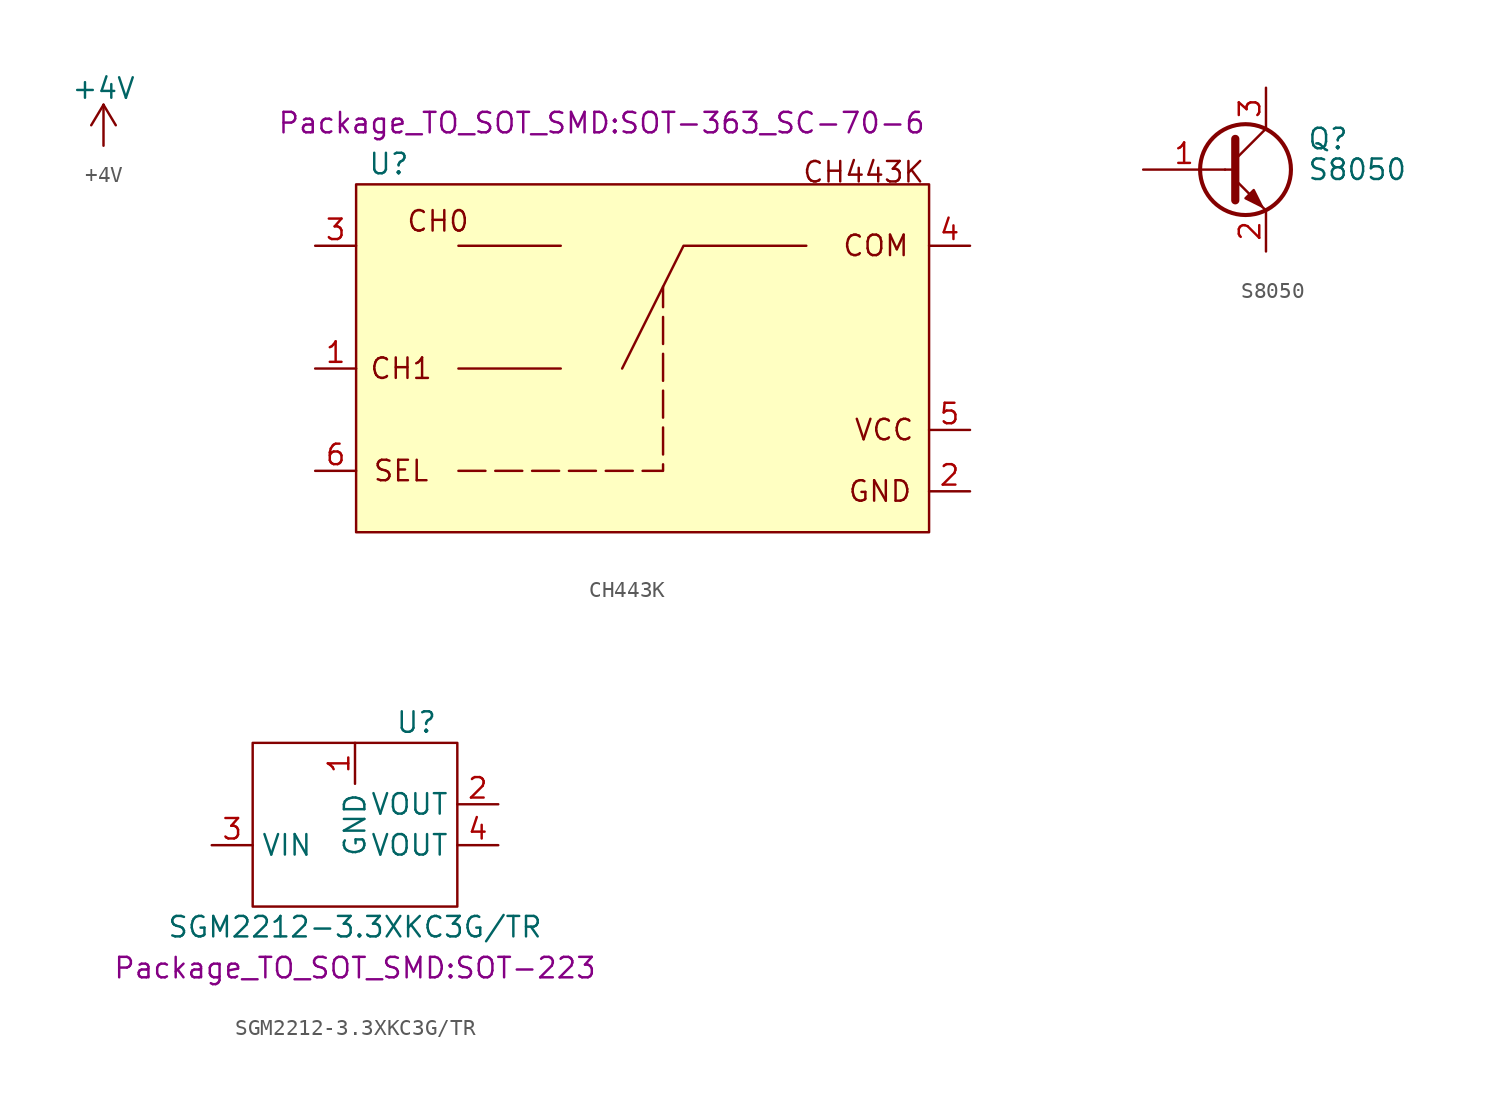
<source format=kicad_sym>
(kicad_symbol_lib
  (version 20231120)
  (generator "kicad_symbol_editor")
  (generator_version "8.0")
  (symbol "+4V"
    (power)
    (pin_names
      (offset 0))
    (property "Reference" "#PWR"
      (at 0 -3.81 0)
      (effects (font (size 1.27 1.27)) (hide yes)))
    (property "Value" "+4V"
      (at 0 3.556 0)
      (effects (font (size 1.27 1.27))))
    (symbol "+4V_0_1"
      (polyline (pts (xy -0.762 1.27) (xy 0 2.54)) (stroke (width 0) (type default)) (fill (type none)))
      (polyline (pts (xy 0 0) (xy 0 2.54)) (stroke (width 0) (type default)) (fill (type none)))
      (polyline (pts (xy 0 2.54) (xy 0.762 1.27)) (stroke (width 0) (type default)) (fill (type none))))
    (symbol "+4V_1_1"
      (pin power_in line (at 0 0 90) (length 0) hide (name "+4V" (effects (font (size 1.27 1.27)))) (number "1" (effects (font (size 1.27 1.27)))))))
  (symbol "CH443K"
    (property "Reference" "U"
      (at -13.208 -2.54 0)
      (effects (font (size 1.27 1.27))))
    (property "Value" ""
      (at 0 0 0)
      (effects (font (size 1.27 1.27))))
    (property "Footprint" "Package_TO_SOT_SMD:SOT-363_SC-70-6"
      (at 0 0 0)
      (effects (font (size 1.27 1.27))))
    (symbol "CH443K_1_1"
      (rectangle (start -15.24 -3.81) (end 20.32 -25.4) (stroke (width 0) (type default)) (fill (type background)))
      (polyline (pts (xy -8.89 -15.24) (xy -2.54 -15.24)) (stroke (width 0) (type default)) (fill (type none)))
      (polyline (pts (xy -8.89 -7.62) (xy -2.54 -7.62)) (stroke (width 0) (type default)) (fill (type none)))
      (polyline (pts (xy -8.89 -21.59) (xy 3.81 -21.59) (xy 3.81 -10.16)) (stroke (width 0) (type dash)) (fill (type none)))
      (polyline (pts (xy 1.27 -15.24) (xy 5.08 -7.62) (xy 12.7 -7.62)) (stroke (width 0) (type default)) (fill (type none)))
      (text "CH0" (at -10.16 -6.096 0) (effects (font (size 1.27 1.27))))
      (text "CH1" (at -12.446 -15.24 0) (effects (font (size 1.27 1.27))))
      (text "CH443K\n" (at 16.256 -3.048 0) (effects (font (size 1.27 1.27))))
      (text "COM" (at 17.018 -7.62 0) (effects (font (size 1.27 1.27))))
      (text "GND" (at 17.272 -22.86 0) (effects (font (size 1.27 1.27))))
      (text "SEL" (at -12.446 -21.59 0) (effects (font (size 1.27 1.27))))
      (text "VCC" (at 17.526 -19.05 0) (effects (font (size 1.27 1.27))))
      (pin unspecified line (at -17.78 -15.24 0) (length 2.54) (name "" (effects (font (size 1.27 1.27)))) (number "1" (effects (font (size 1.27 1.27)))))
      (pin unspecified line (at 22.86 -22.86 180) (length 2.54) (name "" (effects (font (size 1.27 1.27)))) (number "2" (effects (font (size 1.27 1.27)))))
      (pin unspecified line (at -17.78 -7.62 0) (length 2.54) (name "" (effects (font (size 1.27 1.27)))) (number "3" (effects (font (size 1.27 1.27)))))
      (pin unspecified line (at 22.86 -7.62 180) (length 2.54) (name "" (effects (font (size 1.27 1.27)))) (number "4" (effects (font (size 1.27 1.27)))))
      (pin unspecified line (at 22.86 -19.05 180) (length 2.54) (name "" (effects (font (size 1.27 1.27)))) (number "5" (effects (font (size 1.27 1.27)))))
      (pin unspecified line (at -17.78 -21.59 0) (length 2.54) (name "" (effects (font (size 1.27 1.27)))) (number "6" (effects (font (size 1.27 1.27)))))))
  (symbol "S8050"
    (pin_names
      (offset 0) hide)
    (property "Reference" "Q"
      (at 5.08 1.905 0)
      (effects (font (size 1.27 1.27)) (justify left)))
    (property "Value" "S8050"
      (at 5.08 0 0)
      (effects (font (size 1.27 1.27)) (justify left)))
    (symbol "S8050_0_1"
      (polyline (pts (xy 0 0) (xy 0.635 0)) (stroke (width 0) (type default)) (fill (type none)))
      (polyline (pts (xy 0.635 0.635) (xy 2.54 2.54)) (stroke (width 0) (type default)) (fill (type none)))
      (polyline (pts (xy 0.635 -0.635) (xy 2.54 -2.54) (xy 2.54 -2.54)) (stroke (width 0) (type default)) (fill (type none)))
      (polyline (pts (xy 0.635 1.905) (xy 0.635 -1.905) (xy 0.635 -1.905)) (stroke (width 0.508) (type default)) (fill (type none)))
      (polyline (pts (xy 1.27 -1.778) (xy 1.778 -1.27) (xy 2.286 -2.286) (xy 1.27 -1.778) (xy 1.27 -1.778)) (stroke (width 0) (type default)) (fill (type outline)))
      (circle (center 1.27 0) (radius 2.819) (stroke (width 0.254) (type default)) (fill (type none))))
    (symbol "S8050_1_1"
      (pin input line (at -5.08 0 0) (length 5.08) (name "B" (effects (font (size 1.27 1.27)))) (number "1" (effects (font (size 1.27 1.27)))))
      (pin passive line (at 2.54 -5.08 90) (length 2.54) (name "E" (effects (font (size 1.27 1.27)))) (number "2" (effects (font (size 1.27 1.27)))))
      (pin passive line (at 2.54 5.08 270) (length 2.54) (name "C" (effects (font (size 1.27 1.27)))) (number "3" (effects (font (size 1.27 1.27)))))))
  (symbol "SGM2212-3.3XKC3G/TR"
    (property "Reference" "U"
      (at 3.81 10.16 0)
      (effects (font (size 1.27 1.27))))
    (property "Value" "SGM2212-3.3XKC3G{slash}TR"
      (at 0 -2.54 0)
      (effects (font (size 1.27 1.27))))
    (property "Footprint" "Package_TO_SOT_SMD:SOT-223"
      (at 0 -5.08 0)
      (effects (font (size 1.27 1.27))))
    (symbol "SGM2212-3.3XKC3G/TR_0_1"
      (rectangle (start -6.35 8.89) (end 6.35 -1.27) (stroke (width 0) (type default)) (fill (type none))))
    (symbol "SGM2212-3.3XKC3G/TR_1_1"
      (pin passive line (at 0 8.89 270) (length 2.54) (name "GND" (effects (font (size 1.27 1.27)))) (number "1" (effects (font (size 1.27 1.27)))))
      (pin passive line (at 8.89 5.08 180) (length 2.54) (name "VOUT" (effects (font (size 1.27 1.27)))) (number "2" (effects (font (size 1.27 1.27)))))
      (pin input line (at -8.89 2.54 0) (length 2.54) (name "VIN" (effects (font (size 1.27 1.27)))) (number "3" (effects (font (size 1.27 1.27)))))
      (pin passive line (at 8.89 2.54 180) (length 2.54) (name "VOUT" (effects (font (size 1.27 1.27)))) (number "4" (effects (font (size 1.27 1.27))))))))
</source>
